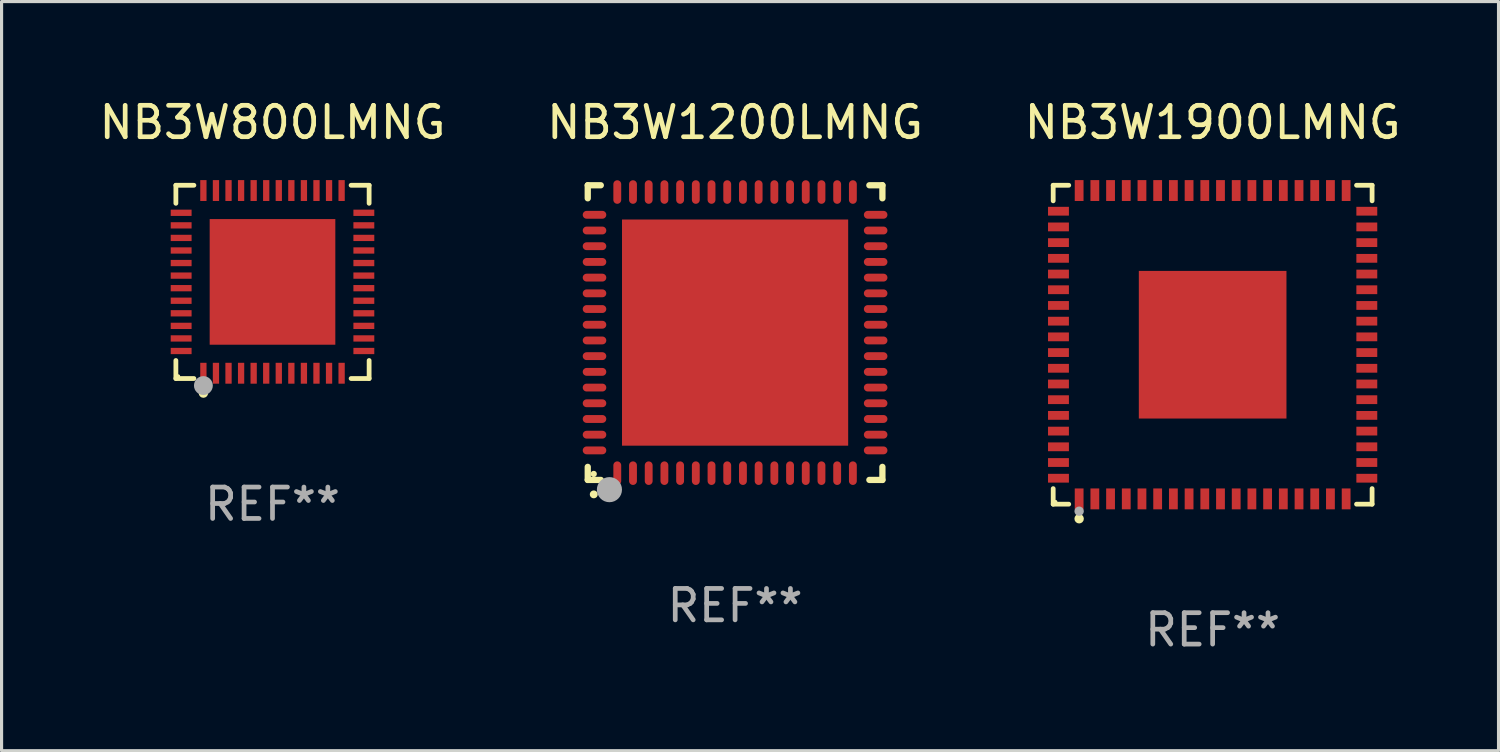
<source format=kicad_pcb>
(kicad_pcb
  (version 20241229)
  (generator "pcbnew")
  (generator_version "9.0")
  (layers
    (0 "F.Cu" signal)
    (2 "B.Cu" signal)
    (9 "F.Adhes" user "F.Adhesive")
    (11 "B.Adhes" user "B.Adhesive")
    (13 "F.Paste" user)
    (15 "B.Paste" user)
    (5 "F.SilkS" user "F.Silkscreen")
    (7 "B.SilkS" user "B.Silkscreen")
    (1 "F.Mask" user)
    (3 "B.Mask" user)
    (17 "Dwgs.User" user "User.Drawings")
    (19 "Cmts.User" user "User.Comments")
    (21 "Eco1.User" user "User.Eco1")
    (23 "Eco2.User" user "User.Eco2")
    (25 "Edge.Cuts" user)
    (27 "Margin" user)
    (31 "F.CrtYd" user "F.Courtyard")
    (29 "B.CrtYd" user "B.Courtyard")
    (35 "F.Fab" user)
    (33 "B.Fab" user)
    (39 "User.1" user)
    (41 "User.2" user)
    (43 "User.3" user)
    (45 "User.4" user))
  (footprint "NB3W1200LMNG"
    (layer "F.Cu")
    (at 20.351 7.538)
    (property "Reference" "NB3W1200LMNG" (at 0 -6.69 0) (layer "F.SilkS") (effects (font (size 1 1) (thickness 0.15))))
    (attr through_hole)
    (fp_line (start -4.69 -4.69) (end -4.275 -4.69) (stroke (width 0.2) (type solid)) (layer "F.SilkS"))
    (fp_line (start -4.69 -4.275) (end -4.69 -4.69) (stroke (width 0.2) (type solid)) (layer "F.SilkS"))
    (fp_line (start -4.69 4.69) (end -4.69 4.275) (stroke (width 0.2) (type solid)) (layer "F.SilkS"))
    (fp_line (start -4.275 4.69) (end -4.69 4.69) (stroke (width 0.2) (type solid)) (layer "F.SilkS"))
    (fp_line (start 4.275 4.69) (end 4.69 4.69) (stroke (width 0.2) (type solid)) (layer "F.SilkS"))
    (fp_line (start 4.69 -4.69) (end 4.275 -4.69) (stroke (width 0.2) (type solid)) (layer "F.SilkS"))
    (fp_line (start 4.69 -4.275) (end 4.69 -4.69) (stroke (width 0.2) (type solid)) (layer "F.SilkS"))
    (fp_line (start 4.69 4.69) (end 4.69 4.275) (stroke (width 0.2) (type solid)) (layer "F.SilkS"))
    (fp_arc (start -4.499886 5.15) (mid -4.498616 5.149994) (end -4.497346 5.15) (stroke (width 0.24892) (type solid)) (layer "F.SilkS"))
    (fp_circle (center -4.5 4.5) (end -4.45 4.5) (stroke (width 0.1) (type solid)) (fill no) (layer "F.SilkS"))
    (fp_circle (center -4 5) (end -3.8 5) (stroke (width 0.4) (type solid)) (fill no) (layer "F.Fab"))
    (fp_text user "REF**" (at 0 8.69 0) (layer "F.Fab") (effects (font (size 1 1) (thickness 0.15))))
    (pad "1" smd oval (at -3.75 4.475) (size 0.25 0.75) (layers "F.Cu" "F.Mask" "F.Paste"))
    (pad "2" smd oval (at -3.25 4.475) (size 0.25 0.75) (layers "F.Cu" "F.Mask" "F.Paste"))
    (pad "3" smd oval (at -2.75 4.475) (size 0.25 0.75) (layers "F.Cu" "F.Mask" "F.Paste"))
    (pad "4" smd oval (at -2.25 4.475) (size 0.25 0.75) (layers "F.Cu" "F.Mask" "F.Paste"))
    (pad "5" smd oval (at -1.75 4.475) (size 0.25 0.75) (layers "F.Cu" "F.Mask" "F.Paste"))
    (pad "6" smd oval (at -1.25 4.475) (size 0.25 0.75) (layers "F.Cu" "F.Mask" "F.Paste"))
    (pad "7" smd oval (at -0.75 4.475) (size 0.25 0.75) (layers "F.Cu" "F.Mask" "F.Paste"))
    (pad "8" smd oval (at -0.25 4.475) (size 0.25 0.75) (layers "F.Cu" "F.Mask" "F.Paste"))
    (pad "9" smd oval (at 0.25 4.475) (size 0.25 0.75) (layers "F.Cu" "F.Mask" "F.Paste"))
    (pad "10" smd oval (at 0.75 4.475) (size 0.25 0.75) (layers "F.Cu" "F.Mask" "F.Paste"))
    (pad "11" smd oval (at 1.25 4.475) (size 0.25 0.75) (layers "F.Cu" "F.Mask" "F.Paste"))
    (pad "12" smd oval (at 1.75 4.475) (size 0.25 0.75) (layers "F.Cu" "F.Mask" "F.Paste"))
    (pad "13" smd oval (at 2.25 4.475) (size 0.25 0.75) (layers "F.Cu" "F.Mask" "F.Paste"))
    (pad "14" smd oval (at 2.75 4.475) (size 0.25 0.75) (layers "F.Cu" "F.Mask" "F.Paste"))
    (pad "15" smd oval (at 3.25 4.475) (size 0.25 0.75) (layers "F.Cu" "F.Mask" "F.Paste"))
    (pad "16" smd oval (at 3.75 4.475) (size 0.25 0.75) (layers "F.Cu" "F.Mask" "F.Paste"))
    (pad "17" smd oval (at 4.475 3.75) (size 0.75 0.25) (layers "F.Cu" "F.Mask" "F.Paste"))
    (pad "18" smd oval (at 4.475 3.25) (size 0.75 0.25) (layers "F.Cu" "F.Mask" "F.Paste"))
    (pad "19" smd oval (at 4.475 2.75) (size 0.75 0.25) (layers "F.Cu" "F.Mask" "F.Paste"))
    (pad "20" smd oval (at 4.475 2.25) (size 0.75 0.25) (layers "F.Cu" "F.Mask" "F.Paste"))
    (pad "21" smd oval (at 4.475 1.75) (size 0.75 0.25) (layers "F.Cu" "F.Mask" "F.Paste"))
    (pad "22" smd oval (at 4.475 1.25) (size 0.75 0.25) (layers "F.Cu" "F.Mask" "F.Paste"))
    (pad "23" smd oval (at 4.475 0.75) (size 0.75 0.25) (layers "F.Cu" "F.Mask" "F.Paste"))
    (pad "24" smd oval (at 4.475 0.25) (size 0.75 0.25) (layers "F.Cu" "F.Mask" "F.Paste"))
    (pad "25" smd oval (at 4.475 -0.25) (size 0.75 0.25) (layers "F.Cu" "F.Mask" "F.Paste"))
    (pad "26" smd oval (at 4.475 -0.75) (size 0.75 0.25) (layers "F.Cu" "F.Mask" "F.Paste"))
    (pad "27" smd oval (at 4.475 -1.25) (size 0.75 0.25) (layers "F.Cu" "F.Mask" "F.Paste"))
    (pad "28" smd oval (at 4.475 -1.75) (size 0.75 0.25) (layers "F.Cu" "F.Mask" "F.Paste"))
    (pad "29" smd oval (at 4.475 -2.25) (size 0.75 0.25) (layers "F.Cu" "F.Mask" "F.Paste"))
    (pad "30" smd oval (at 4.475 -2.75) (size 0.75 0.25) (layers "F.Cu" "F.Mask" "F.Paste"))
    (pad "31" smd oval (at 4.475 -3.25) (size 0.75 0.25) (layers "F.Cu" "F.Mask" "F.Paste"))
    (pad "32" smd oval (at 4.475 -3.75) (size 0.75 0.25) (layers "F.Cu" "F.Mask" "F.Paste"))
    (pad "33" smd oval (at 3.75 -4.475) (size 0.25 0.75) (layers "F.Cu" "F.Mask" "F.Paste"))
    (pad "34" smd oval (at 3.25 -4.475) (size 0.25 0.75) (layers "F.Cu" "F.Mask" "F.Paste"))
    (pad "35" smd oval (at 2.75 -4.475) (size 0.25 0.75) (layers "F.Cu" "F.Mask" "F.Paste"))
    (pad "36" smd oval (at 2.25 -4.475) (size 0.25 0.75) (layers "F.Cu" "F.Mask" "F.Paste"))
    (pad "37" smd oval (at 1.75 -4.475) (size 0.25 0.75) (layers "F.Cu" "F.Mask" "F.Paste"))
    (pad "38" smd oval (at 1.25 -4.475) (size 0.25 0.75) (layers "F.Cu" "F.Mask" "F.Paste"))
    (pad "39" smd oval (at 0.75 -4.475) (size 0.25 0.75) (layers "F.Cu" "F.Mask" "F.Paste"))
    (pad "40" smd oval (at 0.25 -4.475) (size 0.25 0.75) (layers "F.Cu" "F.Mask" "F.Paste"))
    (pad "41" smd oval (at -0.25 -4.475) (size 0.25 0.75) (layers "F.Cu" "F.Mask" "F.Paste"))
    (pad "42" smd oval (at -0.75 -4.475) (size 0.25 0.75) (layers "F.Cu" "F.Mask" "F.Paste"))
    (pad "43" smd oval (at -1.25 -4.475) (size 0.25 0.75) (layers "F.Cu" "F.Mask" "F.Paste"))
    (pad "44" smd oval (at -1.75 -4.475) (size 0.25 0.75) (layers "F.Cu" "F.Mask" "F.Paste"))
    (pad "45" smd oval (at -2.25 -4.475) (size 0.25 0.75) (layers "F.Cu" "F.Mask" "F.Paste"))
    (pad "46" smd oval (at -2.75 -4.475) (size 0.25 0.75) (layers "F.Cu" "F.Mask" "F.Paste"))
    (pad "47" smd oval (at -3.25 -4.475) (size 0.25 0.75) (layers "F.Cu" "F.Mask" "F.Paste"))
    (pad "48" smd oval (at -3.75 -4.475) (size 0.25 0.75) (layers "F.Cu" "F.Mask" "F.Paste"))
    (pad "49" smd oval (at -4.475 -3.75) (size 0.75 0.25) (layers "F.Cu" "F.Mask" "F.Paste"))
    (pad "50" smd oval (at -4.475 -3.25) (size 0.75 0.25) (layers "F.Cu" "F.Mask" "F.Paste"))
    (pad "51" smd oval (at -4.475 -2.75) (size 0.75 0.25) (layers "F.Cu" "F.Mask" "F.Paste"))
    (pad "52" smd oval (at -4.475 -2.25) (size 0.75 0.25) (layers "F.Cu" "F.Mask" "F.Paste"))
    (pad "53" smd oval (at -4.475 -1.75) (size 0.75 0.25) (layers "F.Cu" "F.Mask" "F.Paste"))
    (pad "54" smd oval (at -4.475 -1.25) (size 0.75 0.25) (layers "F.Cu" "F.Mask" "F.Paste"))
    (pad "55" smd oval (at -4.475 -0.75) (size 0.75 0.25) (layers "F.Cu" "F.Mask" "F.Paste"))
    (pad "56" smd oval (at -4.475 -0.25) (size 0.75 0.25) (layers "F.Cu" "F.Mask" "F.Paste"))
    (pad "57" smd oval (at -4.475 0.25) (size 0.75 0.25) (layers "F.Cu" "F.Mask" "F.Paste"))
    (pad "58" smd oval (at -4.475 0.75) (size 0.75 0.25) (layers "F.Cu" "F.Mask" "F.Paste"))
    (pad "59" smd oval (at -4.475 1.25) (size 0.75 0.25) (layers "F.Cu" "F.Mask" "F.Paste"))
    (pad "60" smd oval (at -4.475 1.75) (size 0.75 0.25) (layers "F.Cu" "F.Mask" "F.Paste"))
    (pad "61" smd oval (at -4.475 2.25) (size 0.75 0.25) (layers "F.Cu" "F.Mask" "F.Paste"))
    (pad "62" smd oval (at -4.475 2.75) (size 0.75 0.25) (layers "F.Cu" "F.Mask" "F.Paste"))
    (pad "63" smd oval (at -4.475 3.25) (size 0.75 0.25) (layers "F.Cu" "F.Mask" "F.Paste"))
    (pad "64" smd oval (at -4.475 3.75) (size 0.75 0.25) (layers "F.Cu" "F.Mask" "F.Paste"))
    (pad "65" smd rect (at 0.000368 0.000013) (size 7.2 7.2) (layers "F.Cu" "F.Mask" "F.Paste")))
  (footprint "NB3W1900LMNG"
    (layer "F.Cu")
    (at 35.554 7.924)
    (property "Reference" "NB3W1900LMNG" (at 0 -7.076 0) (layer "F.SilkS") (effects (font (size 1 1) (thickness 0.15))))
    (attr through_hole)
    (fp_line (start -5.076 -5.076) (end -4.581 -5.076) (stroke (width 0.152) (type solid)) (layer "F.SilkS"))
    (fp_line (start -5.076 -4.581) (end -5.076 -5.076) (stroke (width 0.152) (type solid)) (layer "F.SilkS"))
    (fp_line (start -5.076 4.581) (end -5.076 5.076) (stroke (width 0.152) (type solid)) (layer "F.SilkS"))
    (fp_line (start -5.076 5.076) (end -4.581 5.076) (stroke (width 0.152) (type solid)) (layer "F.SilkS"))
    (fp_line (start 5.076 -5.076) (end 4.581 -5.076) (stroke (width 0.152) (type solid)) (layer "F.SilkS"))
    (fp_line (start 5.076 -4.581) (end 5.076 -5.076) (stroke (width 0.152) (type solid)) (layer "F.SilkS"))
    (fp_line (start 5.076 4.581) (end 5.076 5.076) (stroke (width 0.152) (type solid)) (layer "F.SilkS"))
    (fp_line (start 5.076 5.076) (end 4.581 5.076) (stroke (width 0.152) (type solid)) (layer "F.SilkS"))
    (fp_circle (center -5 5) (end -4.97 5) (stroke (width 0.06) (type solid)) (fill no) (layer "F.SilkS"))
    (fp_circle (center -4.25 5.54) (end -4.175 5.54) (stroke (width 0.15) (type solid)) (fill no) (layer "F.SilkS"))
    (fp_circle (center -4.25 5.3) (end -4.175 5.3) (stroke (width 0.15) (type solid)) (fill no) (layer "F.Fab"))
    (fp_text user "REF**" (at 0 9.076 0) (layer "F.Fab") (effects (font (size 1 1) (thickness 0.15))))
    (pad "1" smd rect (at -4.25 4.908) (size 0.28 0.665) (layers "F.Cu" "F.Mask" "F.Paste"))
    (pad "2" smd rect (at -3.75 4.908) (size 0.28 0.665) (layers "F.Cu" "F.Mask" "F.Paste"))
    (pad "3" smd rect (at -3.25 4.908) (size 0.28 0.665) (layers "F.Cu" "F.Mask" "F.Paste"))
    (pad "4" smd rect (at -2.75 4.908) (size 0.28 0.665) (layers "F.Cu" "F.Mask" "F.Paste"))
    (pad "5" smd rect (at -2.25 4.908) (size 0.28 0.665) (layers "F.Cu" "F.Mask" "F.Paste"))
    (pad "6" smd rect (at -1.75 4.908) (size 0.28 0.665) (layers "F.Cu" "F.Mask" "F.Paste"))
    (pad "7" smd rect (at -1.25 4.908) (size 0.28 0.665) (layers "F.Cu" "F.Mask" "F.Paste"))
    (pad "8" smd rect (at -0.75 4.908) (size 0.28 0.665) (layers "F.Cu" "F.Mask" "F.Paste"))
    (pad "9" smd rect (at -0.25 4.908) (size 0.28 0.665) (layers "F.Cu" "F.Mask" "F.Paste"))
    (pad "10" smd rect (at 0.25 4.908) (size 0.28 0.665) (layers "F.Cu" "F.Mask" "F.Paste"))
    (pad "11" smd rect (at 0.75 4.908) (size 0.28 0.665) (layers "F.Cu" "F.Mask" "F.Paste"))
    (pad "12" smd rect (at 1.25 4.908) (size 0.28 0.665) (layers "F.Cu" "F.Mask" "F.Paste"))
    (pad "13" smd rect (at 1.75 4.908) (size 0.28 0.665) (layers "F.Cu" "F.Mask" "F.Paste"))
    (pad "14" smd rect (at 2.25 4.908) (size 0.28 0.665) (layers "F.Cu" "F.Mask" "F.Paste"))
    (pad "15" smd rect (at 2.75 4.908) (size 0.28 0.665) (layers "F.Cu" "F.Mask" "F.Paste"))
    (pad "16" smd rect (at 3.25 4.908) (size 0.28 0.665) (layers "F.Cu" "F.Mask" "F.Paste"))
    (pad "17" smd rect (at 3.75 4.908) (size 0.28 0.665) (layers "F.Cu" "F.Mask" "F.Paste"))
    (pad "18" smd rect (at 4.25 4.908) (size 0.28 0.665) (layers "F.Cu" "F.Mask" "F.Paste"))
    (pad "19" smd rect (at 4.908 4.25) (size 0.665 0.28) (layers "F.Cu" "F.Mask" "F.Paste"))
    (pad "20" smd rect (at 4.908 3.75) (size 0.665 0.28) (layers "F.Cu" "F.Mask" "F.Paste"))
    (pad "21" smd rect (at 4.908 3.25) (size 0.665 0.28) (layers "F.Cu" "F.Mask" "F.Paste"))
    (pad "22" smd rect (at 4.908 2.75) (size 0.665 0.28) (layers "F.Cu" "F.Mask" "F.Paste"))
    (pad "23" smd rect (at 4.908 2.25) (size 0.665 0.28) (layers "F.Cu" "F.Mask" "F.Paste"))
    (pad "24" smd rect (at 4.908 1.75) (size 0.665 0.28) (layers "F.Cu" "F.Mask" "F.Paste"))
    (pad "25" smd rect (at 4.908 1.25) (size 0.665 0.28) (layers "F.Cu" "F.Mask" "F.Paste"))
    (pad "26" smd rect (at 4.908 0.75) (size 0.665 0.28) (layers "F.Cu" "F.Mask" "F.Paste"))
    (pad "27" smd rect (at 4.908 0.25) (size 0.665 0.28) (layers "F.Cu" "F.Mask" "F.Paste"))
    (pad "28" smd rect (at 4.908 -0.25) (size 0.665 0.28) (layers "F.Cu" "F.Mask" "F.Paste"))
    (pad "29" smd rect (at 4.908 -0.75) (size 0.665 0.28) (layers "F.Cu" "F.Mask" "F.Paste"))
    (pad "30" smd rect (at 4.908 -1.25) (size 0.665 0.28) (layers "F.Cu" "F.Mask" "F.Paste"))
    (pad "31" smd rect (at 4.908 -1.75) (size 0.665 0.28) (layers "F.Cu" "F.Mask" "F.Paste"))
    (pad "32" smd rect (at 4.908 -2.25) (size 0.665 0.28) (layers "F.Cu" "F.Mask" "F.Paste"))
    (pad "33" smd rect (at 4.908 -2.75) (size 0.665 0.28) (layers "F.Cu" "F.Mask" "F.Paste"))
    (pad "34" smd rect (at 4.908 -3.25) (size 0.665 0.28) (layers "F.Cu" "F.Mask" "F.Paste"))
    (pad "35" smd rect (at 4.908 -3.75) (size 0.665 0.28) (layers "F.Cu" "F.Mask" "F.Paste"))
    (pad "36" smd rect (at 4.908 -4.25) (size 0.665 0.28) (layers "F.Cu" "F.Mask" "F.Paste"))
    (pad "37" smd rect (at 4.25 -4.908) (size 0.28 0.665) (layers "F.Cu" "F.Mask" "F.Paste"))
    (pad "38" smd rect (at 3.75 -4.908) (size 0.28 0.665) (layers "F.Cu" "F.Mask" "F.Paste"))
    (pad "39" smd rect (at 3.25 -4.908) (size 0.28 0.665) (layers "F.Cu" "F.Mask" "F.Paste"))
    (pad "40" smd rect (at 2.75 -4.908) (size 0.28 0.665) (layers "F.Cu" "F.Mask" "F.Paste"))
    (pad "41" smd rect (at 2.25 -4.908) (size 0.28 0.665) (layers "F.Cu" "F.Mask" "F.Paste"))
    (pad "42" smd rect (at 1.75 -4.908) (size 0.28 0.665) (layers "F.Cu" "F.Mask" "F.Paste"))
    (pad "43" smd rect (at 1.25 -4.908) (size 0.28 0.665) (layers "F.Cu" "F.Mask" "F.Paste"))
    (pad "44" smd rect (at 0.75 -4.908) (size 0.28 0.665) (layers "F.Cu" "F.Mask" "F.Paste"))
    (pad "45" smd rect (at 0.25 -4.908) (size 0.28 0.665) (layers "F.Cu" "F.Mask" "F.Paste"))
    (pad "46" smd rect (at -0.25 -4.908) (size 0.28 0.665) (layers "F.Cu" "F.Mask" "F.Paste"))
    (pad "47" smd rect (at -0.75 -4.908) (size 0.28 0.665) (layers "F.Cu" "F.Mask" "F.Paste"))
    (pad "48" smd rect (at -1.25 -4.908) (size 0.28 0.665) (layers "F.Cu" "F.Mask" "F.Paste"))
    (pad "49" smd rect (at -1.75 -4.908) (size 0.28 0.665) (layers "F.Cu" "F.Mask" "F.Paste"))
    (pad "50" smd rect (at -2.25 -4.908) (size 0.28 0.665) (layers "F.Cu" "F.Mask" "F.Paste"))
    (pad "51" smd rect (at -2.75 -4.908) (size 0.28 0.665) (layers "F.Cu" "F.Mask" "F.Paste"))
    (pad "52" smd rect (at -3.25 -4.908) (size 0.28 0.665) (layers "F.Cu" "F.Mask" "F.Paste"))
    (pad "53" smd rect (at -3.75 -4.908) (size 0.28 0.665) (layers "F.Cu" "F.Mask" "F.Paste"))
    (pad "54" smd rect (at -4.25 -4.908) (size 0.28 0.665) (layers "F.Cu" "F.Mask" "F.Paste"))
    (pad "55" smd rect (at -4.908 -4.25) (size 0.665 0.28) (layers "F.Cu" "F.Mask" "F.Paste"))
    (pad "56" smd rect (at -4.908 -3.75) (size 0.665 0.28) (layers "F.Cu" "F.Mask" "F.Paste"))
    (pad "57" smd rect (at -4.908 -3.25) (size 0.665 0.28) (layers "F.Cu" "F.Mask" "F.Paste"))
    (pad "58" smd rect (at -4.908 -2.75) (size 0.665 0.28) (layers "F.Cu" "F.Mask" "F.Paste"))
    (pad "59" smd rect (at -4.908 -2.25) (size 0.665 0.28) (layers "F.Cu" "F.Mask" "F.Paste"))
    (pad "60" smd rect (at -4.908 -1.75) (size 0.665 0.28) (layers "F.Cu" "F.Mask" "F.Paste"))
    (pad "61" smd rect (at -4.908 -1.25) (size 0.665 0.28) (layers "F.Cu" "F.Mask" "F.Paste"))
    (pad "62" smd rect (at -4.908 -0.75) (size 0.665 0.28) (layers "F.Cu" "F.Mask" "F.Paste"))
    (pad "63" smd rect (at -4.908 -0.25) (size 0.665 0.28) (layers "F.Cu" "F.Mask" "F.Paste"))
    (pad "64" smd rect (at -4.908 0.25) (size 0.665 0.28) (layers "F.Cu" "F.Mask" "F.Paste"))
    (pad "65" smd rect (at -4.908 0.75) (size 0.665 0.28) (layers "F.Cu" "F.Mask" "F.Paste"))
    (pad "66" smd rect (at -4.908 1.25) (size 0.665 0.28) (layers "F.Cu" "F.Mask" "F.Paste"))
    (pad "67" smd rect (at -4.908 1.75) (size 0.665 0.28) (layers "F.Cu" "F.Mask" "F.Paste"))
    (pad "68" smd rect (at -4.908 2.25) (size 0.665 0.28) (layers "F.Cu" "F.Mask" "F.Paste"))
    (pad "69" smd rect (at -4.908 2.75) (size 0.665 0.28) (layers "F.Cu" "F.Mask" "F.Paste"))
    (pad "70" smd rect (at -4.908 3.25) (size 0.665 0.28) (layers "F.Cu" "F.Mask" "F.Paste"))
    (pad "71" smd rect (at -4.908 3.75) (size 0.665 0.28) (layers "F.Cu" "F.Mask" "F.Paste"))
    (pad "72" smd rect (at -4.908 4.25) (size 0.665 0.28) (layers "F.Cu" "F.Mask" "F.Paste"))
    (pad "73" smd rect (at 0 0) (size 4.7 4.7) (layers "F.Cu" "F.Mask" "F.Paste")))
  (footprint "NB3W800LMNG"
    (layer "F.Cu")
    (at 5.625 5.924)
    (property "Reference" "NB3W800LMNG" (at 0 -5.076 0) (layer "F.SilkS") (effects (font (size 1 1) (thickness 0.15))))
    (attr through_hole)
    (fp_line (start -3.076 -3.076) (end -2.502 -3.076) (stroke (width 0.152) (type solid)) (layer "F.SilkS"))
    (fp_line (start -3.076 -2.502) (end -3.076 -3.076) (stroke (width 0.152) (type solid)) (layer "F.SilkS"))
    (fp_line (start -3.076 2.502) (end -3.076 3.076) (stroke (width 0.152) (type solid)) (layer "F.SilkS"))
    (fp_line (start -3.076 3.076) (end -2.502 3.076) (stroke (width 0.152) (type solid)) (layer "F.SilkS"))
    (fp_line (start 3.076 -3.076) (end 2.502 -3.076) (stroke (width 0.152) (type solid)) (layer "F.SilkS"))
    (fp_line (start 3.076 -2.502) (end 3.076 -3.076) (stroke (width 0.152) (type solid)) (layer "F.SilkS"))
    (fp_line (start 3.076 2.502) (end 3.076 3.076) (stroke (width 0.152) (type solid)) (layer "F.SilkS"))
    (fp_line (start 3.076 3.076) (end 2.502 3.076) (stroke (width 0.152) (type solid)) (layer "F.SilkS"))
    (fp_circle (center -3 3) (end -2.97 3) (stroke (width 0.06) (type solid)) (fill no) (layer "F.SilkS"))
    (fp_circle (center -2.2 3.54) (end -2.125 3.54) (stroke (width 0.15) (type solid)) (fill no) (layer "F.SilkS"))
    (fp_circle (center -2.2 3.3) (end -2.05 3.3) (stroke (width 0.3) (type solid)) (fill no) (layer "F.Fab"))
    (fp_text user "REF**" (at 0 7.076 0) (layer "F.Fab") (effects (font (size 1 1) (thickness 0.15))))
    (pad "1" smd rect (at -2.2 2.908) (size 0.2 0.665) (layers "F.Cu" "F.Mask" "F.Paste"))
    (pad "2" smd rect (at -1.8 2.908) (size 0.2 0.665) (layers "F.Cu" "F.Mask" "F.Paste"))
    (pad "3" smd rect (at -1.4 2.908) (size 0.2 0.665) (layers "F.Cu" "F.Mask" "F.Paste"))
    (pad "4" smd rect (at -1 2.908) (size 0.2 0.665) (layers "F.Cu" "F.Mask" "F.Paste"))
    (pad "5" smd rect (at -0.6 2.908) (size 0.2 0.665) (layers "F.Cu" "F.Mask" "F.Paste"))
    (pad "6" smd rect (at -0.2 2.908) (size 0.2 0.665) (layers "F.Cu" "F.Mask" "F.Paste"))
    (pad "7" smd rect (at 0.2 2.908) (size 0.2 0.665) (layers "F.Cu" "F.Mask" "F.Paste"))
    (pad "8" smd rect (at 0.6 2.908) (size 0.2 0.665) (layers "F.Cu" "F.Mask" "F.Paste"))
    (pad "9" smd rect (at 1 2.908) (size 0.2 0.665) (layers "F.Cu" "F.Mask" "F.Paste"))
    (pad "10" smd rect (at 1.4 2.908) (size 0.2 0.665) (layers "F.Cu" "F.Mask" "F.Paste"))
    (pad "11" smd rect (at 1.8 2.908) (size 0.2 0.665) (layers "F.Cu" "F.Mask" "F.Paste"))
    (pad "12" smd rect (at 2.2 2.908) (size 0.2 0.665) (layers "F.Cu" "F.Mask" "F.Paste"))
    (pad "13" smd rect (at 2.908 2.2) (size 0.665 0.2) (layers "F.Cu" "F.Mask" "F.Paste"))
    (pad "14" smd rect (at 2.908 1.8) (size 0.665 0.2) (layers "F.Cu" "F.Mask" "F.Paste"))
    (pad "15" smd rect (at 2.908 1.4) (size 0.665 0.2) (layers "F.Cu" "F.Mask" "F.Paste"))
    (pad "16" smd rect (at 2.908 1) (size 0.665 0.2) (layers "F.Cu" "F.Mask" "F.Paste"))
    (pad "17" smd rect (at 2.908 0.6) (size 0.665 0.2) (layers "F.Cu" "F.Mask" "F.Paste"))
    (pad "18" smd rect (at 2.908 0.2) (size 0.665 0.2) (layers "F.Cu" "F.Mask" "F.Paste"))
    (pad "19" smd rect (at 2.908 -0.2) (size 0.665 0.2) (layers "F.Cu" "F.Mask" "F.Paste"))
    (pad "20" smd rect (at 2.908 -0.6) (size 0.665 0.2) (layers "F.Cu" "F.Mask" "F.Paste"))
    (pad "21" smd rect (at 2.908 -1) (size 0.665 0.2) (layers "F.Cu" "F.Mask" "F.Paste"))
    (pad "22" smd rect (at 2.908 -1.4) (size 0.665 0.2) (layers "F.Cu" "F.Mask" "F.Paste"))
    (pad "23" smd rect (at 2.908 -1.8) (size 0.665 0.2) (layers "F.Cu" "F.Mask" "F.Paste"))
    (pad "24" smd rect (at 2.908 -2.2) (size 0.665 0.2) (layers "F.Cu" "F.Mask" "F.Paste"))
    (pad "25" smd rect (at 2.2 -2.908) (size 0.2 0.665) (layers "F.Cu" "F.Mask" "F.Paste"))
    (pad "26" smd rect (at 1.8 -2.908) (size 0.2 0.665) (layers "F.Cu" "F.Mask" "F.Paste"))
    (pad "27" smd rect (at 1.4 -2.908) (size 0.2 0.665) (layers "F.Cu" "F.Mask" "F.Paste"))
    (pad "28" smd rect (at 1 -2.908) (size 0.2 0.665) (layers "F.Cu" "F.Mask" "F.Paste"))
    (pad "29" smd rect (at 0.6 -2.908) (size 0.2 0.665) (layers "F.Cu" "F.Mask" "F.Paste"))
    (pad "30" smd rect (at 0.2 -2.908) (size 0.2 0.665) (layers "F.Cu" "F.Mask" "F.Paste"))
    (pad "31" smd rect (at -0.2 -2.908) (size 0.2 0.665) (layers "F.Cu" "F.Mask" "F.Paste"))
    (pad "32" smd rect (at -0.6 -2.908) (size 0.2 0.665) (layers "F.Cu" "F.Mask" "F.Paste"))
    (pad "33" smd rect (at -1 -2.908) (size 0.2 0.665) (layers "F.Cu" "F.Mask" "F.Paste"))
    (pad "34" smd rect (at -1.4 -2.908) (size 0.2 0.665) (layers "F.Cu" "F.Mask" "F.Paste"))
    (pad "35" smd rect (at -1.8 -2.908) (size 0.2 0.665) (layers "F.Cu" "F.Mask" "F.Paste"))
    (pad "36" smd rect (at -2.2 -2.908) (size 0.2 0.665) (layers "F.Cu" "F.Mask" "F.Paste"))
    (pad "37" smd rect (at -2.908 -2.2) (size 0.665 0.2) (layers "F.Cu" "F.Mask" "F.Paste"))
    (pad "38" smd rect (at -2.908 -1.8) (size 0.665 0.2) (layers "F.Cu" "F.Mask" "F.Paste"))
    (pad "39" smd rect (at -2.908 -1.4) (size 0.665 0.2) (layers "F.Cu" "F.Mask" "F.Paste"))
    (pad "40" smd rect (at -2.908 -1) (size 0.665 0.2) (layers "F.Cu" "F.Mask" "F.Paste"))
    (pad "41" smd rect (at -2.908 -0.6) (size 0.665 0.2) (layers "F.Cu" "F.Mask" "F.Paste"))
    (pad "42" smd rect (at -2.908 -0.2) (size 0.665 0.2) (layers "F.Cu" "F.Mask" "F.Paste"))
    (pad "43" smd rect (at -2.908 0.2) (size 0.665 0.2) (layers "F.Cu" "F.Mask" "F.Paste"))
    (pad "44" smd rect (at -2.908 0.6) (size 0.665 0.2) (layers "F.Cu" "F.Mask" "F.Paste"))
    (pad "45" smd rect (at -2.908 1) (size 0.665 0.2) (layers "F.Cu" "F.Mask" "F.Paste"))
    (pad "46" smd rect (at -2.908 1.4) (size 0.665 0.2) (layers "F.Cu" "F.Mask" "F.Paste"))
    (pad "47" smd rect (at -2.908 1.8) (size 0.665 0.2) (layers "F.Cu" "F.Mask" "F.Paste"))
    (pad "48" smd rect (at -2.908 2.2) (size 0.665 0.2) (layers "F.Cu" "F.Mask" "F.Paste"))
    (pad "49" smd rect (at 0 0) (size 4 4) (layers "F.Cu" "F.Mask" "F.Paste")))
  (gr_rect
    (start -3 -3)
    (end 44.655 20.849)
    (stroke (width 0.1) (type default))
    (fill no)
    (layer "Edge.Cuts")))
</source>
